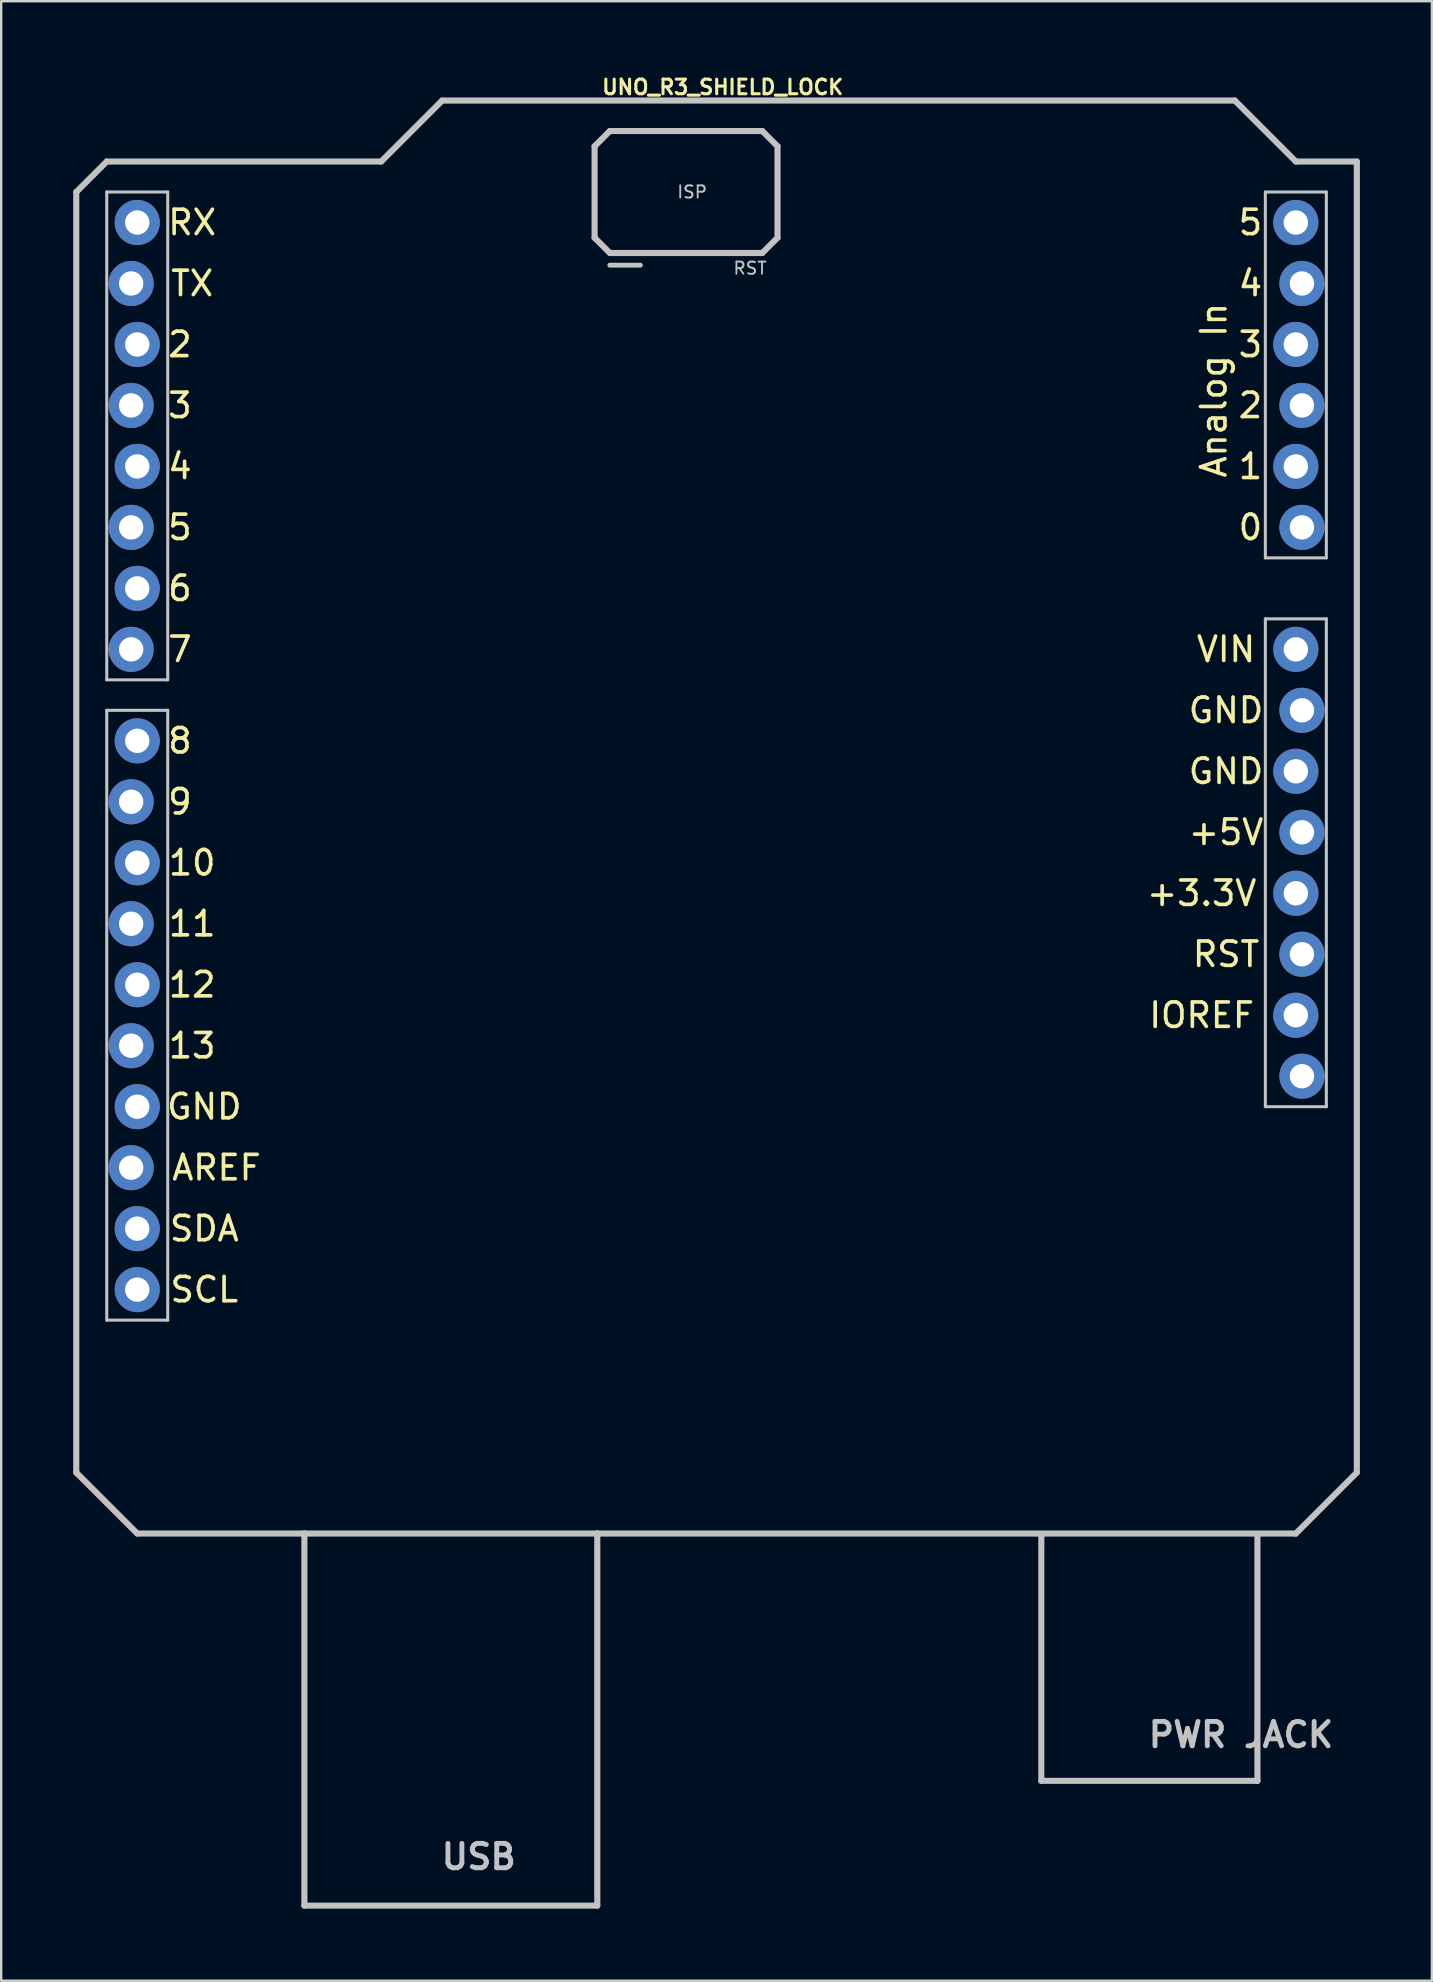
<source format=kicad_pcb>
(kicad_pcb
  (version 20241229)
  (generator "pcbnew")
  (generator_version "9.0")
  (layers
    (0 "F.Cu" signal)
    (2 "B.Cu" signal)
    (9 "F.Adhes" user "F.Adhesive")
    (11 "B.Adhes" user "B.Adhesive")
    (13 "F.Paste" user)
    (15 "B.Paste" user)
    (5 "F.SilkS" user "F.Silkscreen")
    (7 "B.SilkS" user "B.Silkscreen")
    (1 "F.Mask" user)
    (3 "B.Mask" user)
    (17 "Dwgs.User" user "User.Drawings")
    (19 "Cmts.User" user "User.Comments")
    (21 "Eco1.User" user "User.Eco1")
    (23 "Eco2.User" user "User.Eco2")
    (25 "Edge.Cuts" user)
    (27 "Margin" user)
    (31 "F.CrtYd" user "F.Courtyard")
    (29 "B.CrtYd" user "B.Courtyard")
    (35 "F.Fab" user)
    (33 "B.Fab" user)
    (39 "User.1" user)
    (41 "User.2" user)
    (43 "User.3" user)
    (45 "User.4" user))
  (footprint "UNO_R3_SHIELD_LOCK"
    (layer "F.Cu")
    (at 26.797 30.348)
    (property "Reference" "UNO_R3_SHIELD_LOCK" (at 0.254 -29.769 0) (layer "F.SilkS") (effects (font (size 0.61 0.61) (thickness 0.127))))
    (attr exclude_from_pos_files exclude_from_bom)
    (fp_line (start -26.67 -25.4) (end -26.67 27.94) (stroke (width 0.254) (type solid)) (layer "Dwgs.User"))
    (fp_line (start -26.67 27.94) (end -24.13 30.48) (stroke (width 0.254) (type solid)) (layer "Dwgs.User"))
    (fp_line (start -25.4 -26.67) (end -26.67 -25.4) (stroke (width 0.254) (type solid)) (layer "Dwgs.User"))
    (fp_line (start -25.4 -25.4) (end -22.86 -25.4) (stroke (width 0.127) (type solid)) (layer "Dwgs.User"))
    (fp_line (start -25.4 -5.08) (end -25.4 -25.4) (stroke (width 0.127) (type solid)) (layer "Dwgs.User"))
    (fp_line (start -25.4 -3.81) (end -22.86 -3.81) (stroke (width 0.127) (type solid)) (layer "Dwgs.User"))
    (fp_line (start -25.4 21.59) (end -25.4 -3.81) (stroke (width 0.127) (type solid)) (layer "Dwgs.User"))
    (fp_line (start -24.13 30.48) (end -17.168 30.48) (stroke (width 0.254) (type solid)) (layer "Dwgs.User"))
    (fp_line (start -22.86 -25.4) (end -22.86 -5.08) (stroke (width 0.127) (type solid)) (layer "Dwgs.User"))
    (fp_line (start -22.86 -5.08) (end -25.4 -5.08) (stroke (width 0.127) (type solid)) (layer "Dwgs.User"))
    (fp_line (start -22.86 -3.81) (end -22.86 21.59) (stroke (width 0.127) (type solid)) (layer "Dwgs.User"))
    (fp_line (start -22.86 21.59) (end -25.4 21.59) (stroke (width 0.127) (type solid)) (layer "Dwgs.User"))
    (fp_line (start -17.168 30.48) (end -4.968 30.48) (stroke (width 0.254) (type solid)) (layer "Dwgs.User"))
    (fp_line (start -17.168 45.979) (end -17.168 30.48) (stroke (width 0.254) (type solid)) (layer "Dwgs.User"))
    (fp_line (start -17.168 45.979) (end -4.968 45.979) (stroke (width 0.254) (type solid)) (layer "Dwgs.User"))
    (fp_line (start -13.97 -26.67) (end -25.4 -26.67) (stroke (width 0.254) (type solid)) (layer "Dwgs.User"))
    (fp_line (start -11.43 -29.21) (end -13.97 -26.67) (stroke (width 0.254) (type solid)) (layer "Dwgs.User"))
    (fp_line (start -5.08 -27.305) (end -4.445 -27.94) (stroke (width 0.254) (type solid)) (layer "Dwgs.User"))
    (fp_line (start -5.08 -23.495) (end -5.08 -27.305) (stroke (width 0.254) (type solid)) (layer "Dwgs.User"))
    (fp_line (start -4.968 30.48) (end 24.13 30.48) (stroke (width 0.254) (type solid)) (layer "Dwgs.User"))
    (fp_line (start -4.968 45.979) (end -4.968 30.48) (stroke (width 0.254) (type solid)) (layer "Dwgs.User"))
    (fp_line (start -4.445 -27.94) (end 1.905 -27.94) (stroke (width 0.254) (type solid)) (layer "Dwgs.User"))
    (fp_line (start -4.445 -22.86) (end -5.08 -23.495) (stroke (width 0.254) (type solid)) (layer "Dwgs.User"))
    (fp_line (start -3.175 -22.352) (end -4.445 -22.352) (stroke (width 0.203) (type solid)) (layer "Dwgs.User"))
    (fp_line (start 1.905 -27.94) (end 2.54 -27.305) (stroke (width 0.254) (type solid)) (layer "Dwgs.User"))
    (fp_line (start 1.905 -22.86) (end -4.445 -22.86) (stroke (width 0.254) (type solid)) (layer "Dwgs.User"))
    (fp_line (start 2.54 -27.305) (end 2.54 -23.495) (stroke (width 0.254) (type solid)) (layer "Dwgs.User"))
    (fp_line (start 2.54 -23.495) (end 1.905 -22.86) (stroke (width 0.254) (type solid)) (layer "Dwgs.User"))
    (fp_line (start 13.528 40.78) (end 13.528 30.579) (stroke (width 0.254) (type solid)) (layer "Dwgs.User"))
    (fp_line (start 13.528 40.78) (end 22.53 40.78) (stroke (width 0.254) (type solid)) (layer "Dwgs.User"))
    (fp_line (start 21.59 -29.21) (end -11.43 -29.21) (stroke (width 0.254) (type solid)) (layer "Dwgs.User"))
    (fp_line (start 22.53 40.78) (end 22.53 30.579) (stroke (width 0.254) (type solid)) (layer "Dwgs.User"))
    (fp_line (start 22.86 -25.4) (end 25.4 -25.4) (stroke (width 0.127) (type solid)) (layer "Dwgs.User"))
    (fp_line (start 22.86 -10.16) (end 22.86 -25.4) (stroke (width 0.127) (type solid)) (layer "Dwgs.User"))
    (fp_line (start 22.86 -7.62) (end 22.86 12.7) (stroke (width 0.127) (type solid)) (layer "Dwgs.User"))
    (fp_line (start 22.86 12.7) (end 25.4 12.7) (stroke (width 0.127) (type solid)) (layer "Dwgs.User"))
    (fp_line (start 24.13 -26.67) (end 21.59 -29.21) (stroke (width 0.254) (type solid)) (layer "Dwgs.User"))
    (fp_line (start 24.13 30.48) (end 26.67 27.94) (stroke (width 0.254) (type solid)) (layer "Dwgs.User"))
    (fp_line (start 25.4 -25.4) (end 25.4 -10.16) (stroke (width 0.127) (type solid)) (layer "Dwgs.User"))
    (fp_line (start 25.4 -10.16) (end 22.86 -10.16) (stroke (width 0.127) (type solid)) (layer "Dwgs.User"))
    (fp_line (start 25.4 -7.62) (end 22.86 -7.62) (stroke (width 0.127) (type solid)) (layer "Dwgs.User"))
    (fp_line (start 25.4 12.7) (end 25.4 -7.62) (stroke (width 0.127) (type solid)) (layer "Dwgs.User"))
    (fp_line (start 26.67 -26.67) (end 24.13 -26.67) (stroke (width 0.254) (type solid)) (layer "Dwgs.User"))
    (fp_line (start 26.67 27.94) (end 26.67 -26.67) (stroke (width 0.254) (type solid)) (layer "Dwgs.User"))
    (fp_text user "IOREF" (at 20.206 8.89 180) (layer "F.SilkS") (effects (font (size 1.016 1.016) (thickness 0.152))))
    (fp_text user "AREF" (at -20.828 15.24 0) (layer "F.SilkS") (effects (font (size 1.016 1.016) (thickness 0.152))))
    (fp_text user "GND" (at 21.222 -1.27 180) (layer "F.SilkS") (effects (font (size 1.016 1.016) (thickness 0.152))))
    (fp_text user "2" (at 22.238 -16.51 180) (layer "F.SilkS") (effects (font (size 1.016 1.016) (thickness 0.152))))
    (fp_text user "4" (at 22.238 -21.59 180) (layer "F.SilkS") (effects (font (size 1.016 1.016) (thickness 0.152))))
    (fp_text user "12" (at -21.844 7.62 0) (layer "F.SilkS") (effects (font (size 1.016 1.016) (thickness 0.152))))
    (fp_text user "7" (at -22.352 -6.35 0) (layer "F.SilkS") (effects (font (size 1.016 1.016) (thickness 0.152))))
    (fp_text user "RX" (at -21.844 -24.13 0) (layer "F.SilkS") (effects (font (size 1.016 1.016) (thickness 0.152))))
    (fp_text user "10" (at -21.844 2.54 0) (layer "F.SilkS") (effects (font (size 1.016 1.016) (thickness 0.152))))
    (fp_text user "11" (at -21.844 5.08 0) (layer "F.SilkS") (effects (font (size 1.016 1.016) (thickness 0.152))))
    (fp_text user "5" (at -22.352 -11.43 0) (layer "F.SilkS") (effects (font (size 1.016 1.016) (thickness 0.152))))
    (fp_text user "RST" (at 21.222 6.35 180) (layer "F.SilkS") (effects (font (size 1.016 1.016) (thickness 0.152))))
    (fp_text user "+5V" (at 21.222 1.27 180) (layer "F.SilkS") (effects (font (size 1.016 1.016) (thickness 0.152))))
    (fp_text user "1" (at 22.238 -13.97 180) (layer "F.SilkS") (effects (font (size 1.016 1.016) (thickness 0.152))))
    (fp_text user "6" (at -22.352 -8.89 0) (layer "F.SilkS") (effects (font (size 1.016 1.016) (thickness 0.152))))
    (fp_text user "9" (at -22.352 0 0) (layer "F.SilkS") (effects (font (size 1.016 1.016) (thickness 0.152))))
    (fp_text user "2" (at -22.352 -19.05 0) (layer "F.SilkS") (effects (font (size 1.016 1.016) (thickness 0.152))))
    (fp_text user "TX" (at -21.844 -21.59 0) (layer "F.SilkS") (effects (font (size 1.016 1.016) (thickness 0.152))))
    (fp_text user "SCL" (at -21.336 20.32 0) (layer "F.SilkS") (effects (font (size 1.016 1.016) (thickness 0.152))))
    (fp_text user "5" (at 22.238 -24.13 180) (layer "F.SilkS") (effects (font (size 1.016 1.016) (thickness 0.152))))
    (fp_text user "3" (at -22.352 -16.51 0) (layer "F.SilkS") (effects (font (size 1.016 1.016) (thickness 0.152))))
    (fp_text user "0" (at 22.238 -11.43 180) (layer "F.SilkS") (effects (font (size 1.016 1.016) (thickness 0.152))))
    (fp_text user "+3.3V" (at 20.206 3.81 180) (layer "F.SilkS") (effects (font (size 1.016 1.016) (thickness 0.152))))
    (fp_text user "GND" (at -21.336 12.7 0) (layer "F.SilkS") (effects (font (size 1.016 1.016) (thickness 0.152))))
    (fp_text user "8" (at -22.352 -2.54 0) (layer "F.SilkS") (effects (font (size 1.016 1.016) (thickness 0.152))))
    (fp_text user "SDA" (at -21.336 17.78 0) (layer "F.SilkS") (effects (font (size 1.016 1.016) (thickness 0.152))))
    (fp_text user "Analog In" (at 20.714 -17.145 270) (layer "F.SilkS") (effects (font (size 1.016 1.016) (thickness 0.152))))
    (fp_text user "GND" (at 21.222 -3.81 180) (layer "F.SilkS") (effects (font (size 1.016 1.016) (thickness 0.152))))
    (fp_text user "13" (at -21.844 10.16 0) (layer "F.SilkS") (effects (font (size 1.016 1.016) (thickness 0.152))))
    (fp_text user "3" (at 22.238 -19.05 180) (layer "F.SilkS") (effects (font (size 1.016 1.016) (thickness 0.152))))
    (fp_text user "4" (at -22.352 -13.97 0) (layer "F.SilkS") (effects (font (size 1.016 1.016) (thickness 0.152))))
    (fp_text user "VIN" (at 21.222 -6.35 180) (layer "F.SilkS") (effects (font (size 1.016 1.016) (thickness 0.152))))
    (fp_text user "USB" (at -9.906 43.942 0) (layer "Dwgs.User") (effects (font (size 1.016 1.016) (thickness 0.203))))
    (fp_text user "RST" (at 1.397 -22.225 0) (layer "Dwgs.User") (effects (font (size 0.508 0.508) (thickness 0.076))))
    (fp_text user "ISP" (at -1.016 -25.4 0) (layer "Dwgs.User") (effects (font (size 0.508 0.508) (thickness 0.076))))
    (fp_text user "PWR JACK" (at 21.844 38.862 0) (layer "Dwgs.User") (effects (font (size 1.016 1.016) (thickness 0.203))))
    (pad "3.3V" thru_hole circle (at 24.13 3.81) (size 1.88 1.88) (drill 1.016) (layers "*.Cu" "*.Paste" "*.Mask"))
    (pad "5V" thru_hole circle (at 24.384 1.27) (size 1.88 1.88) (drill 1.016) (layers "*.Cu" "*.Paste" "*.Mask"))
    (pad "A0" thru_hole circle (at 24.384 -11.43) (size 1.88 1.88) (drill 1.016) (layers "*.Cu" "*.Paste" "*.Mask"))
    (pad "A1" thru_hole circle (at 24.13 -13.97) (size 1.88 1.88) (drill 1.016) (layers "*.Cu" "*.Paste" "*.Mask"))
    (pad "A2" thru_hole circle (at 24.384 -16.51) (size 1.88 1.88) (drill 1.016) (layers "*.Cu" "*.Paste" "*.Mask"))
    (pad "A3" thru_hole circle (at 24.13 -19.05) (size 1.88 1.88) (drill 1.016) (layers "*.Cu" "*.Paste" "*.Mask"))
    (pad "A4" thru_hole circle (at 24.384 -21.59) (size 1.88 1.88) (drill 1.016) (layers "*.Cu" "*.Paste" "*.Mask"))
    (pad "A5" thru_hole circle (at 24.13 -24.13) (size 1.88 1.88) (drill 1.016) (layers "*.Cu" "*.Paste" "*.Mask"))
    (pad "AREF" thru_hole circle (at -24.384 15.24) (size 1.88 1.88) (drill 1.016) (layers "*.Cu" "*.Paste" "*.Mask"))
    (pad "D2" thru_hole circle (at -24.13 -19.05) (size 1.88 1.88) (drill 1.016) (layers "*.Cu" "*.Paste" "*.Mask"))
    (pad "D3" thru_hole circle (at -24.384 -16.51) (size 1.88 1.88) (drill 1.016) (layers "*.Cu" "*.Paste" "*.Mask"))
    (pad "D4" thru_hole circle (at -24.13 -13.97) (size 1.88 1.88) (drill 1.016) (layers "*.Cu" "*.Paste" "*.Mask"))
    (pad "D5" thru_hole circle (at -24.384 -11.43) (size 1.88 1.88) (drill 1.016) (layers "*.Cu" "*.Paste" "*.Mask"))
    (pad "D6" thru_hole circle (at -24.13 -8.89) (size 1.88 1.88) (drill 1.016) (layers "*.Cu" "*.Paste" "*.Mask"))
    (pad "D7" thru_hole circle (at -24.384 -6.35) (size 1.88 1.88) (drill 1.016) (layers "*.Cu" "*.Paste" "*.Mask"))
    (pad "D8" thru_hole circle (at -24.13 -2.54) (size 1.88 1.88) (drill 1.016) (layers "*.Cu" "*.Paste" "*.Mask"))
    (pad "D9" thru_hole circle (at -24.384 0) (size 1.88 1.88) (drill 1.016) (layers "*.Cu" "*.Paste" "*.Mask"))
    (pad "D10" thru_hole circle (at -24.13 2.54) (size 1.88 1.88) (drill 1.016) (layers "*.Cu" "*.Paste" "*.Mask"))
    (pad "D11" thru_hole circle (at -24.384 5.08) (size 1.88 1.88) (drill 1.016) (layers "*.Cu" "*.Paste" "*.Mask"))
    (pad "D12" thru_hole circle (at -24.13 7.62) (size 1.88 1.88) (drill 1.016) (layers "*.Cu" "*.Paste" "*.Mask"))
    (pad "D13" thru_hole circle (at -24.384 10.16) (size 1.88 1.88) (drill 1.016) (layers "*.Cu" "*.Paste" "*.Mask"))
    (pad "GND@" thru_hole circle (at -24.13 12.7) (size 1.88 1.88) (drill 1.016) (layers "*.Cu" "*.Paste" "*.Mask"))
    (pad "GND@" thru_hole circle (at 24.13 -1.27) (size 1.88 1.88) (drill 1.016) (layers "*.Cu" "*.Paste" "*.Mask"))
    (pad "GND@" thru_hole circle (at 24.384 -3.81) (size 1.88 1.88) (drill 1.016) (layers "*.Cu" "*.Paste" "*.Mask"))
    (pad "IORE" thru_hole circle (at 24.13 8.89) (size 1.88 1.88) (drill 1.016) (layers "*.Cu" "*.Paste" "*.Mask"))
    (pad "NC" thru_hole circle (at 24.384 11.43) (size 1.88 1.88) (drill 1.016) (layers "*.Cu" "*.Paste" "*.Mask"))
    (pad "RES" thru_hole circle (at 24.384 6.35) (size 1.88 1.88) (drill 1.016) (layers "*.Cu" "*.Paste" "*.Mask"))
    (pad "RX" thru_hole circle (at -24.13 -24.13) (size 1.88 1.88) (drill 1.016) (layers "*.Cu" "*.Paste" "*.Mask"))
    (pad "SCL" thru_hole circle (at -24.13 20.32) (size 1.88 1.88) (drill 1.016) (layers "*.Cu" "*.Paste" "*.Mask"))
    (pad "SDA" thru_hole circle (at -24.13 17.78) (size 1.88 1.88) (drill 1.016) (layers "*.Cu" "*.Paste" "*.Mask"))
    (pad "TX" thru_hole circle (at -24.384 -21.59) (size 1.88 1.88) (drill 1.016) (layers "*.Cu" "*.Paste" "*.Mask"))
    (pad "VIN" thru_hole circle (at 24.13 -6.35) (size 1.88 1.88) (drill 1.016) (layers "*.Cu" "*.Paste" "*.Mask")))
  (gr_rect
    (start -3 -3)
    (end 56.594 79.454)
    (stroke (width 0.1) (type default))
    (fill no)
    (layer "Edge.Cuts")))
</source>
